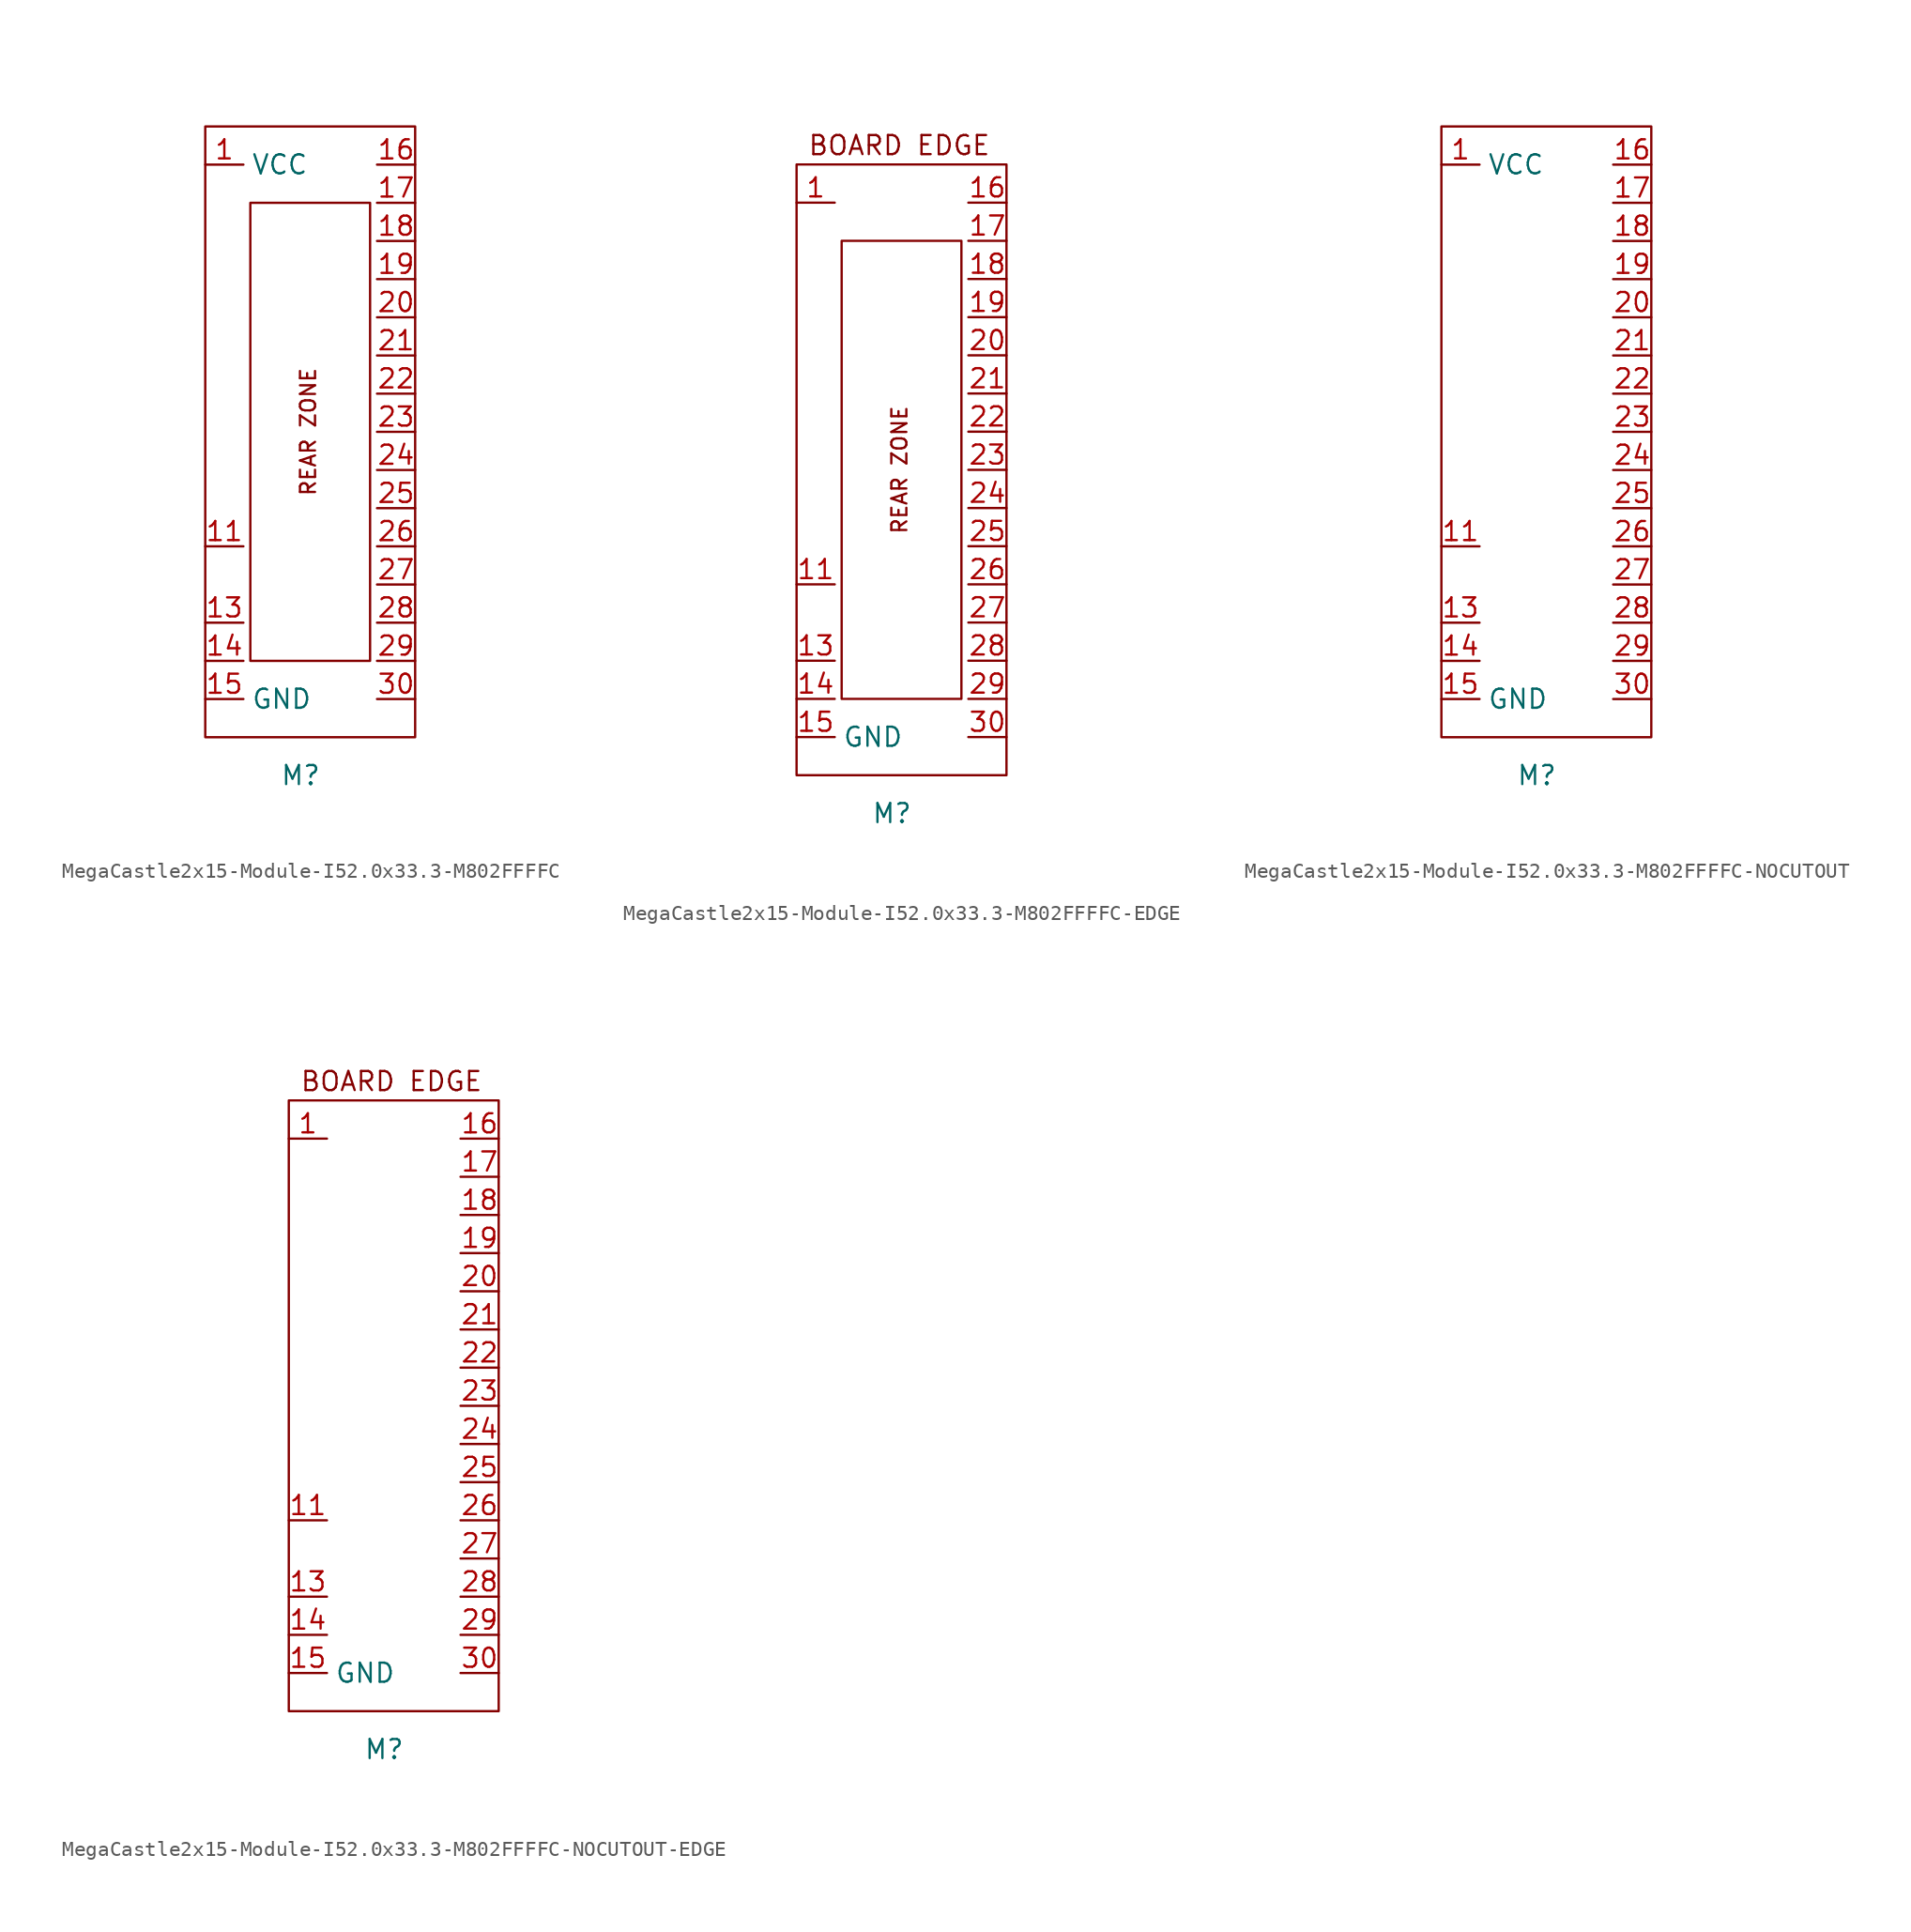
<source format=kicad_sym>
(kicad_symbol_lib
  (version 20241209)
  (generator "kicad_symbol_editor")
  (generator_version "9.0")
  (symbol "MegaCastle2x15-Module-I52.0x33.3-M802FFFFC"
    (property "Reference" "M"
      (at 0 -22.86 0)
      (effects (font (size 1.27 1.27))))
    (property "Value" ""
      (at 0 5.08 0)
      (effects (font (size 1.27 1.27))))
    (symbol "MegaCastle2x15-Module-I52.0x33.3-M802FFFFC_0_1"
      (rectangle (start -6.35 20.32) (end 7.62 -20.32) (stroke (width 0) (type default)) (fill (type none)))
      (rectangle (start -3.35 15.24) (end 4.62 -15.24) (stroke (width 0) (type default)) (fill (type none))))
    (symbol "MegaCastle2x15-Module-I52.0x33.3-M802FFFFC_1_1"
      (text "REAR ZONE" (at 0.5 0 900) (effects (font (size 1 1))))
      (pin bidirectional line (at -6.35 17.78 0) (length 2.54) (name "VCC" (effects (font (size 1.27 1.27)))) (number "1" (effects (font (size 1.27 1.27)))))
      (pin bidirectional line (at -6.35 -7.62 0) (length 2.54) (name "" (effects (font (size 1.27 1.27)))) (number "11" (effects (font (size 1.27 1.27)))))
      (pin bidirectional line (at -6.35 -12.7 0) (length 2.54) (name "" (effects (font (size 1.27 1.27)))) (number "13" (effects (font (size 1.27 1.27)))))
      (pin bidirectional line (at -6.35 -15.24 0) (length 2.54) (name "" (effects (font (size 1.27 1.27)))) (number "14" (effects (font (size 1.27 1.27)))))
      (pin bidirectional line (at -6.35 -17.78 0) (length 2.54) (name "GND" (effects (font (size 1.27 1.27)))) (number "15" (effects (font (size 1.27 1.27)))))
      (pin bidirectional line (at 7.62 17.78 180) (length 2.54) (name "" (effects (font (size 1.27 1.27)))) (number "16" (effects (font (size 1.27 1.27)))))
      (pin bidirectional line (at 7.62 15.24 180) (length 2.54) (name "" (effects (font (size 1.27 1.27)))) (number "17" (effects (font (size 1.27 1.27)))))
      (pin bidirectional line (at 7.62 12.7 180) (length 2.54) (name "" (effects (font (size 1.27 1.27)))) (number "18" (effects (font (size 1.27 1.27)))))
      (pin bidirectional line (at 7.62 10.16 180) (length 2.54) (name "" (effects (font (size 1.27 1.27)))) (number "19" (effects (font (size 1.27 1.27)))))
      (pin bidirectional line (at 7.62 7.62 180) (length 2.54) (name "" (effects (font (size 1.27 1.27)))) (number "20" (effects (font (size 1.27 1.27)))))
      (pin bidirectional line (at 7.62 5.08 180) (length 2.54) (name "" (effects (font (size 1.27 1.27)))) (number "21" (effects (font (size 1.27 1.27)))))
      (pin bidirectional line (at 7.62 2.54 180) (length 2.54) (name "" (effects (font (size 1.27 1.27)))) (number "22" (effects (font (size 1.27 1.27)))))
      (pin bidirectional line (at 7.62 0 180) (length 2.54) (name "" (effects (font (size 1.27 1.27)))) (number "23" (effects (font (size 1.27 1.27)))))
      (pin bidirectional line (at 7.62 -2.54 180) (length 2.54) (name "" (effects (font (size 1.27 1.27)))) (number "24" (effects (font (size 1.27 1.27)))))
      (pin bidirectional line (at 7.62 -5.08 180) (length 2.54) (name "" (effects (font (size 1.27 1.27)))) (number "25" (effects (font (size 1.27 1.27)))))
      (pin bidirectional line (at 7.62 -7.62 180) (length 2.54) (name "" (effects (font (size 1.27 1.27)))) (number "26" (effects (font (size 1.27 1.27)))))
      (pin bidirectional line (at 7.62 -10.16 180) (length 2.54) (name "" (effects (font (size 1.27 1.27)))) (number "27" (effects (font (size 1.27 1.27)))))
      (pin bidirectional line (at 7.62 -12.7 180) (length 2.54) (name "" (effects (font (size 1.27 1.27)))) (number "28" (effects (font (size 1.27 1.27)))))
      (pin bidirectional line (at 7.62 -15.24 180) (length 2.54) (name "" (effects (font (size 1.27 1.27)))) (number "29" (effects (font (size 1.27 1.27)))))
      (pin bidirectional line (at 7.62 -17.78 180) (length 2.54) (name "" (effects (font (size 1.27 1.27)))) (number "30" (effects (font (size 1.27 1.27)))))))
  (symbol "MegaCastle2x15-Module-I52.0x33.3-M802FFFFC-EDGE"
    (property "Reference" "M"
      (at 0 -22.86 0)
      (effects (font (size 1.27 1.27))))
    (property "Value" ""
      (at 0 5.08 0)
      (effects (font (size 1.27 1.27))))
    (symbol "MegaCastle2x15-Module-I52.0x33.3-M802FFFFC-EDGE_0_1"
      (rectangle (start -6.35 20.32) (end 7.62 -20.32) (stroke (width 0) (type default)) (fill (type none)))
      (rectangle (start -3.35 15.24) (end 4.62 -15.24) (stroke (width 0) (type default)) (fill (type none))))
    (symbol "MegaCastle2x15-Module-I52.0x33.3-M802FFFFC-EDGE_1_1"
      (text " BOARD EDGE" (at 0 21.59 0) (effects (font (size 1.27 1.27))))
      (text "REAR ZONE" (at 0.5 0 900) (effects (font (size 1 1))))
      (pin bidirectional line (at -6.35 17.78 0) (length 2.54) (name "" (effects (font (size 1.27 1.27)))) (number "1" (effects (font (size 1.27 1.27)))))
      (pin bidirectional line (at -6.35 -7.62 0) (length 2.54) (name "" (effects (font (size 1.27 1.27)))) (number "11" (effects (font (size 1.27 1.27)))))
      (pin bidirectional line (at -6.35 -12.7 0) (length 2.54) (name "" (effects (font (size 1.27 1.27)))) (number "13" (effects (font (size 1.27 1.27)))))
      (pin bidirectional line (at -6.35 -15.24 0) (length 2.54) (name "" (effects (font (size 1.27 1.27)))) (number "14" (effects (font (size 1.27 1.27)))))
      (pin bidirectional line (at -6.35 -17.78 0) (length 2.54) (name "GND" (effects (font (size 1.27 1.27)))) (number "15" (effects (font (size 1.27 1.27)))))
      (pin bidirectional line (at 7.62 17.78 180) (length 2.54) (name "" (effects (font (size 1.27 1.27)))) (number "16" (effects (font (size 1.27 1.27)))))
      (pin bidirectional line (at 7.62 15.24 180) (length 2.54) (name "" (effects (font (size 1.27 1.27)))) (number "17" (effects (font (size 1.27 1.27)))))
      (pin bidirectional line (at 7.62 12.7 180) (length 2.54) (name "" (effects (font (size 1.27 1.27)))) (number "18" (effects (font (size 1.27 1.27)))))
      (pin bidirectional line (at 7.62 10.16 180) (length 2.54) (name "" (effects (font (size 1.27 1.27)))) (number "19" (effects (font (size 1.27 1.27)))))
      (pin bidirectional line (at 7.62 7.62 180) (length 2.54) (name "" (effects (font (size 1.27 1.27)))) (number "20" (effects (font (size 1.27 1.27)))))
      (pin bidirectional line (at 7.62 5.08 180) (length 2.54) (name "" (effects (font (size 1.27 1.27)))) (number "21" (effects (font (size 1.27 1.27)))))
      (pin bidirectional line (at 7.62 2.54 180) (length 2.54) (name "" (effects (font (size 1.27 1.27)))) (number "22" (effects (font (size 1.27 1.27)))))
      (pin bidirectional line (at 7.62 0 180) (length 2.54) (name "" (effects (font (size 1.27 1.27)))) (number "23" (effects (font (size 1.27 1.27)))))
      (pin bidirectional line (at 7.62 -2.54 180) (length 2.54) (name "" (effects (font (size 1.27 1.27)))) (number "24" (effects (font (size 1.27 1.27)))))
      (pin bidirectional line (at 7.62 -5.08 180) (length 2.54) (name "" (effects (font (size 1.27 1.27)))) (number "25" (effects (font (size 1.27 1.27)))))
      (pin bidirectional line (at 7.62 -7.62 180) (length 2.54) (name "" (effects (font (size 1.27 1.27)))) (number "26" (effects (font (size 1.27 1.27)))))
      (pin bidirectional line (at 7.62 -10.16 180) (length 2.54) (name "" (effects (font (size 1.27 1.27)))) (number "27" (effects (font (size 1.27 1.27)))))
      (pin bidirectional line (at 7.62 -12.7 180) (length 2.54) (name "" (effects (font (size 1.27 1.27)))) (number "28" (effects (font (size 1.27 1.27)))))
      (pin bidirectional line (at 7.62 -15.24 180) (length 2.54) (name "" (effects (font (size 1.27 1.27)))) (number "29" (effects (font (size 1.27 1.27)))))
      (pin bidirectional line (at 7.62 -17.78 180) (length 2.54) (name "" (effects (font (size 1.27 1.27)))) (number "30" (effects (font (size 1.27 1.27)))))))
  (symbol "MegaCastle2x15-Module-I52.0x33.3-M802FFFFC-NOCUTOUT"
    (property "Reference" "M"
      (at 0 -22.86 0)
      (effects (font (size 1.27 1.27))))
    (property "Value" ""
      (at 0 5.08 0)
      (effects (font (size 1.27 1.27))))
    (symbol "MegaCastle2x15-Module-I52.0x33.3-M802FFFFC-NOCUTOUT_0_1"
      (rectangle (start -6.35 20.32) (end 7.62 -20.32) (stroke (width 0) (type default)) (fill (type none))))
    (symbol "MegaCastle2x15-Module-I52.0x33.3-M802FFFFC-NOCUTOUT_1_1"
      (pin bidirectional line (at -6.35 17.78 0) (length 2.54) (name "VCC" (effects (font (size 1.27 1.27)))) (number "1" (effects (font (size 1.27 1.27)))))
      (pin bidirectional line (at -6.35 -7.62 0) (length 2.54) (name "" (effects (font (size 1.27 1.27)))) (number "11" (effects (font (size 1.27 1.27)))))
      (pin bidirectional line (at -6.35 -12.7 0) (length 2.54) (name "" (effects (font (size 1.27 1.27)))) (number "13" (effects (font (size 1.27 1.27)))))
      (pin bidirectional line (at -6.35 -15.24 0) (length 2.54) (name "" (effects (font (size 1.27 1.27)))) (number "14" (effects (font (size 1.27 1.27)))))
      (pin bidirectional line (at -6.35 -17.78 0) (length 2.54) (name "GND" (effects (font (size 1.27 1.27)))) (number "15" (effects (font (size 1.27 1.27)))))
      (pin bidirectional line (at 7.62 17.78 180) (length 2.54) (name "" (effects (font (size 1.27 1.27)))) (number "16" (effects (font (size 1.27 1.27)))))
      (pin bidirectional line (at 7.62 15.24 180) (length 2.54) (name "" (effects (font (size 1.27 1.27)))) (number "17" (effects (font (size 1.27 1.27)))))
      (pin bidirectional line (at 7.62 12.7 180) (length 2.54) (name "" (effects (font (size 1.27 1.27)))) (number "18" (effects (font (size 1.27 1.27)))))
      (pin bidirectional line (at 7.62 10.16 180) (length 2.54) (name "" (effects (font (size 1.27 1.27)))) (number "19" (effects (font (size 1.27 1.27)))))
      (pin bidirectional line (at 7.62 7.62 180) (length 2.54) (name "" (effects (font (size 1.27 1.27)))) (number "20" (effects (font (size 1.27 1.27)))))
      (pin bidirectional line (at 7.62 5.08 180) (length 2.54) (name "" (effects (font (size 1.27 1.27)))) (number "21" (effects (font (size 1.27 1.27)))))
      (pin bidirectional line (at 7.62 2.54 180) (length 2.54) (name "" (effects (font (size 1.27 1.27)))) (number "22" (effects (font (size 1.27 1.27)))))
      (pin bidirectional line (at 7.62 0 180) (length 2.54) (name "" (effects (font (size 1.27 1.27)))) (number "23" (effects (font (size 1.27 1.27)))))
      (pin bidirectional line (at 7.62 -2.54 180) (length 2.54) (name "" (effects (font (size 1.27 1.27)))) (number "24" (effects (font (size 1.27 1.27)))))
      (pin bidirectional line (at 7.62 -5.08 180) (length 2.54) (name "" (effects (font (size 1.27 1.27)))) (number "25" (effects (font (size 1.27 1.27)))))
      (pin bidirectional line (at 7.62 -7.62 180) (length 2.54) (name "" (effects (font (size 1.27 1.27)))) (number "26" (effects (font (size 1.27 1.27)))))
      (pin bidirectional line (at 7.62 -10.16 180) (length 2.54) (name "" (effects (font (size 1.27 1.27)))) (number "27" (effects (font (size 1.27 1.27)))))
      (pin bidirectional line (at 7.62 -12.7 180) (length 2.54) (name "" (effects (font (size 1.27 1.27)))) (number "28" (effects (font (size 1.27 1.27)))))
      (pin bidirectional line (at 7.62 -15.24 180) (length 2.54) (name "" (effects (font (size 1.27 1.27)))) (number "29" (effects (font (size 1.27 1.27)))))
      (pin bidirectional line (at 7.62 -17.78 180) (length 2.54) (name "" (effects (font (size 1.27 1.27)))) (number "30" (effects (font (size 1.27 1.27)))))))
  (symbol "MegaCastle2x15-Module-I52.0x33.3-M802FFFFC-NOCUTOUT-EDGE"
    (property "Reference" "M"
      (at 0 -22.86 0)
      (effects (font (size 1.27 1.27))))
    (property "Value" ""
      (at 0 5.08 0)
      (effects (font (size 1.27 1.27))))
    (symbol "MegaCastle2x15-Module-I52.0x33.3-M802FFFFC-NOCUTOUT-EDGE_0_1"
      (rectangle (start -6.35 20.32) (end 7.62 -20.32) (stroke (width 0) (type default)) (fill (type none))))
    (symbol "MegaCastle2x15-Module-I52.0x33.3-M802FFFFC-NOCUTOUT-EDGE_1_1"
      (text " BOARD EDGE" (at 0 21.59 0) (effects (font (size 1.27 1.27))))
      (pin bidirectional line (at -6.35 17.78 0) (length 2.54) (name "" (effects (font (size 1.27 1.27)))) (number "1" (effects (font (size 1.27 1.27)))))
      (pin bidirectional line (at -6.35 -7.62 0) (length 2.54) (name "" (effects (font (size 1.27 1.27)))) (number "11" (effects (font (size 1.27 1.27)))))
      (pin bidirectional line (at -6.35 -12.7 0) (length 2.54) (name "" (effects (font (size 1.27 1.27)))) (number "13" (effects (font (size 1.27 1.27)))))
      (pin bidirectional line (at -6.35 -15.24 0) (length 2.54) (name "" (effects (font (size 1.27 1.27)))) (number "14" (effects (font (size 1.27 1.27)))))
      (pin bidirectional line (at -6.35 -17.78 0) (length 2.54) (name "GND" (effects (font (size 1.27 1.27)))) (number "15" (effects (font (size 1.27 1.27)))))
      (pin bidirectional line (at 7.62 17.78 180) (length 2.54) (name "" (effects (font (size 1.27 1.27)))) (number "16" (effects (font (size 1.27 1.27)))))
      (pin bidirectional line (at 7.62 15.24 180) (length 2.54) (name "" (effects (font (size 1.27 1.27)))) (number "17" (effects (font (size 1.27 1.27)))))
      (pin bidirectional line (at 7.62 12.7 180) (length 2.54) (name "" (effects (font (size 1.27 1.27)))) (number "18" (effects (font (size 1.27 1.27)))))
      (pin bidirectional line (at 7.62 10.16 180) (length 2.54) (name "" (effects (font (size 1.27 1.27)))) (number "19" (effects (font (size 1.27 1.27)))))
      (pin bidirectional line (at 7.62 7.62 180) (length 2.54) (name "" (effects (font (size 1.27 1.27)))) (number "20" (effects (font (size 1.27 1.27)))))
      (pin bidirectional line (at 7.62 5.08 180) (length 2.54) (name "" (effects (font (size 1.27 1.27)))) (number "21" (effects (font (size 1.27 1.27)))))
      (pin bidirectional line (at 7.62 2.54 180) (length 2.54) (name "" (effects (font (size 1.27 1.27)))) (number "22" (effects (font (size 1.27 1.27)))))
      (pin bidirectional line (at 7.62 0 180) (length 2.54) (name "" (effects (font (size 1.27 1.27)))) (number "23" (effects (font (size 1.27 1.27)))))
      (pin bidirectional line (at 7.62 -2.54 180) (length 2.54) (name "" (effects (font (size 1.27 1.27)))) (number "24" (effects (font (size 1.27 1.27)))))
      (pin bidirectional line (at 7.62 -5.08 180) (length 2.54) (name "" (effects (font (size 1.27 1.27)))) (number "25" (effects (font (size 1.27 1.27)))))
      (pin bidirectional line (at 7.62 -7.62 180) (length 2.54) (name "" (effects (font (size 1.27 1.27)))) (number "26" (effects (font (size 1.27 1.27)))))
      (pin bidirectional line (at 7.62 -10.16 180) (length 2.54) (name "" (effects (font (size 1.27 1.27)))) (number "27" (effects (font (size 1.27 1.27)))))
      (pin bidirectional line (at 7.62 -12.7 180) (length 2.54) (name "" (effects (font (size 1.27 1.27)))) (number "28" (effects (font (size 1.27 1.27)))))
      (pin bidirectional line (at 7.62 -15.24 180) (length 2.54) (name "" (effects (font (size 1.27 1.27)))) (number "29" (effects (font (size 1.27 1.27)))))
      (pin bidirectional line (at 7.62 -17.78 180) (length 2.54) (name "" (effects (font (size 1.27 1.27)))) (number "30" (effects (font (size 1.27 1.27))))))))
</source>
